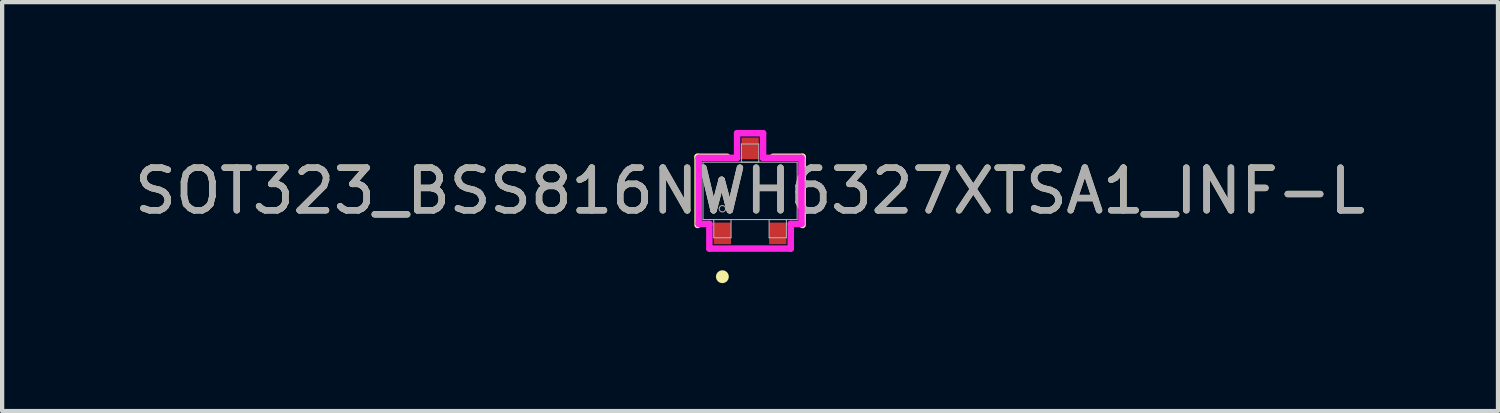
<source format=kicad_pcb>
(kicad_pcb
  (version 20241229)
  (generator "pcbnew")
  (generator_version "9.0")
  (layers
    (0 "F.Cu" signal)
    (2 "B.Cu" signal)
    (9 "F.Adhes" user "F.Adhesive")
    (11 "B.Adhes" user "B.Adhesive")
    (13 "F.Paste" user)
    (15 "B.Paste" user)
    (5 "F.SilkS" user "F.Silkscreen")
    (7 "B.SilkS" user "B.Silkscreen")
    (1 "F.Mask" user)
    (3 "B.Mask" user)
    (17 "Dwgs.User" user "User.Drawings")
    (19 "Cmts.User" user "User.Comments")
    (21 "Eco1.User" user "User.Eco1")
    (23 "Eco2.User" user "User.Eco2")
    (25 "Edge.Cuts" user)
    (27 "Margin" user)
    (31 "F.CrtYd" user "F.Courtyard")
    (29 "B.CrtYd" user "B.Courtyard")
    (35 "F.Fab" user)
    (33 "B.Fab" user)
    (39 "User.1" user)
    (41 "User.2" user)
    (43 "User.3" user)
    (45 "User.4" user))
  (footprint "SOT323_BSS816NWH6327XTSA1_INF-L"
    (layer "F.Cu")
    (at 14.554 1.43)
    (property "Reference" "SOT323_BSS816NWH6327XTSA1_INF-L" (at 0 0 0) (unlocked yes) (layer "F.SilkS") (effects (font (size 1 1) (thickness 0.15))))
    (attr smd)
    (fp_line (start -1.232 -0.8) (end -1.232 0.8) (stroke (width 0.152) (type solid)) (layer "F.SilkS"))
    (fp_line (start -0.536 -0.8) (end -1.232 -0.8) (stroke (width 0.152) (type solid)) (layer "F.SilkS"))
    (fp_line (start 1.232 -0.8) (end 0.536 -0.8) (stroke (width 0.152) (type solid)) (layer "F.SilkS"))
    (fp_line (start 1.232 0.8) (end 1.232 -0.8) (stroke (width 0.152) (type solid)) (layer "F.SilkS"))
    (fp_circle (center -0.65 2.014) (end -0.574 2.014) (stroke (width 0.152) (type solid)) (fill no) (layer "F.SilkS"))
    (fp_line (start -1.206 -0.775) (end -0.305 -0.775) (stroke (width 0.152) (type solid)) (layer "F.CrtYd"))
    (fp_line (start -1.206 0.775) (end -1.206 -0.775) (stroke (width 0.152) (type solid)) (layer "F.CrtYd"))
    (fp_line (start -1.206 0.775) (end -0.955 0.775) (stroke (width 0.152) (type solid)) (layer "F.CrtYd"))
    (fp_line (start -0.955 0.775) (end -0.955 1.354) (stroke (width 0.152) (type solid)) (layer "F.CrtYd"))
    (fp_line (start -0.955 1.354) (end 0.955 1.354) (stroke (width 0.152) (type solid)) (layer "F.CrtYd"))
    (fp_line (start -0.305 -1.354) (end 0.305 -1.354) (stroke (width 0.152) (type solid)) (layer "F.CrtYd"))
    (fp_line (start -0.305 -0.775) (end -0.305 -1.354) (stroke (width 0.152) (type solid)) (layer "F.CrtYd"))
    (fp_line (start 0.305 -0.775) (end 0.305 -1.354) (stroke (width 0.152) (type solid)) (layer "F.CrtYd"))
    (fp_line (start 0.955 0.775) (end 0.955 1.354) (stroke (width 0.152) (type solid)) (layer "F.CrtYd"))
    (fp_line (start 1.206 -0.775) (end 0.305 -0.775) (stroke (width 0.152) (type solid)) (layer "F.CrtYd"))
    (fp_line (start 1.206 -0.775) (end 1.206 0.775) (stroke (width 0.152) (type solid)) (layer "F.CrtYd"))
    (fp_line (start 1.206 0.775) (end 0.955 0.775) (stroke (width 0.152) (type solid)) (layer "F.CrtYd"))
    (fp_line (start -1.105 -0.673) (end -1.105 0.673) (stroke (width 0.025) (type solid)) (layer "F.Fab"))
    (fp_line (start -1.105 0.673) (end 1.105 0.673) (stroke (width 0.025) (type solid)) (layer "F.Fab"))
    (fp_line (start -0.853 0.673) (end -0.853 1.1) (stroke (width 0.025) (type solid)) (layer "F.Fab"))
    (fp_line (start -0.853 1.1) (end -0.447 1.1) (stroke (width 0.025) (type solid)) (layer "F.Fab"))
    (fp_line (start -0.447 0.673) (end -0.853 0.673) (stroke (width 0.025) (type solid)) (layer "F.Fab"))
    (fp_line (start -0.447 1.1) (end -0.447 0.673) (stroke (width 0.025) (type solid)) (layer "F.Fab"))
    (fp_line (start -0.203 -1.1) (end -0.203 -0.673) (stroke (width 0.025) (type solid)) (layer "F.Fab"))
    (fp_line (start -0.203 -0.673) (end 0.203 -0.673) (stroke (width 0.025) (type solid)) (layer "F.Fab"))
    (fp_line (start 0.203 -1.1) (end -0.203 -1.1) (stroke (width 0.025) (type solid)) (layer "F.Fab"))
    (fp_line (start 0.203 -0.673) (end 0.203 -1.1) (stroke (width 0.025) (type solid)) (layer "F.Fab"))
    (fp_line (start 0.447 0.673) (end 0.447 1.1) (stroke (width 0.025) (type solid)) (layer "F.Fab"))
    (fp_line (start 0.447 1.1) (end 0.853 1.1) (stroke (width 0.025) (type solid)) (layer "F.Fab"))
    (fp_line (start 0.853 0.673) (end 0.447 0.673) (stroke (width 0.025) (type solid)) (layer "F.Fab"))
    (fp_line (start 0.853 1.1) (end 0.853 0.673) (stroke (width 0.025) (type solid)) (layer "F.Fab"))
    (fp_line (start 1.105 -0.673) (end -1.105 -0.673) (stroke (width 0.025) (type solid)) (layer "F.Fab"))
    (fp_line (start 1.105 0.673) (end 1.105 -0.673) (stroke (width 0.025) (type solid)) (layer "F.Fab"))
    (fp_circle (center -0.65 0.419) (end -0.574 0.419) (stroke (width 0.025) (type solid)) (fill no) (layer "F.Fab"))
    (fp_text user "${REFERENCE}" (at 0 0 0) (unlocked yes) (layer "F.Fab") (effects (font (size 1 1) (thickness 0.15))))
    (pad "1" smd rect (at -0.65 0.998) (size 0.406 0.508) (layers "F.Cu" "F.Mask" "F.Paste"))
    (pad "2" smd rect (at 0.65 0.998) (size 0.406 0.508) (layers "F.Cu" "F.Mask" "F.Paste"))
    (pad "3" smd rect (at 0 -0.998) (size 0.406 0.508) (layers "F.Cu" "F.Mask" "F.Paste")))
  (gr_rect
    (start -3 -3)
    (end 32.107 6.597)
    (stroke (width 0.1) (type default))
    (fill no)
    (layer "Edge.Cuts")))
</source>
